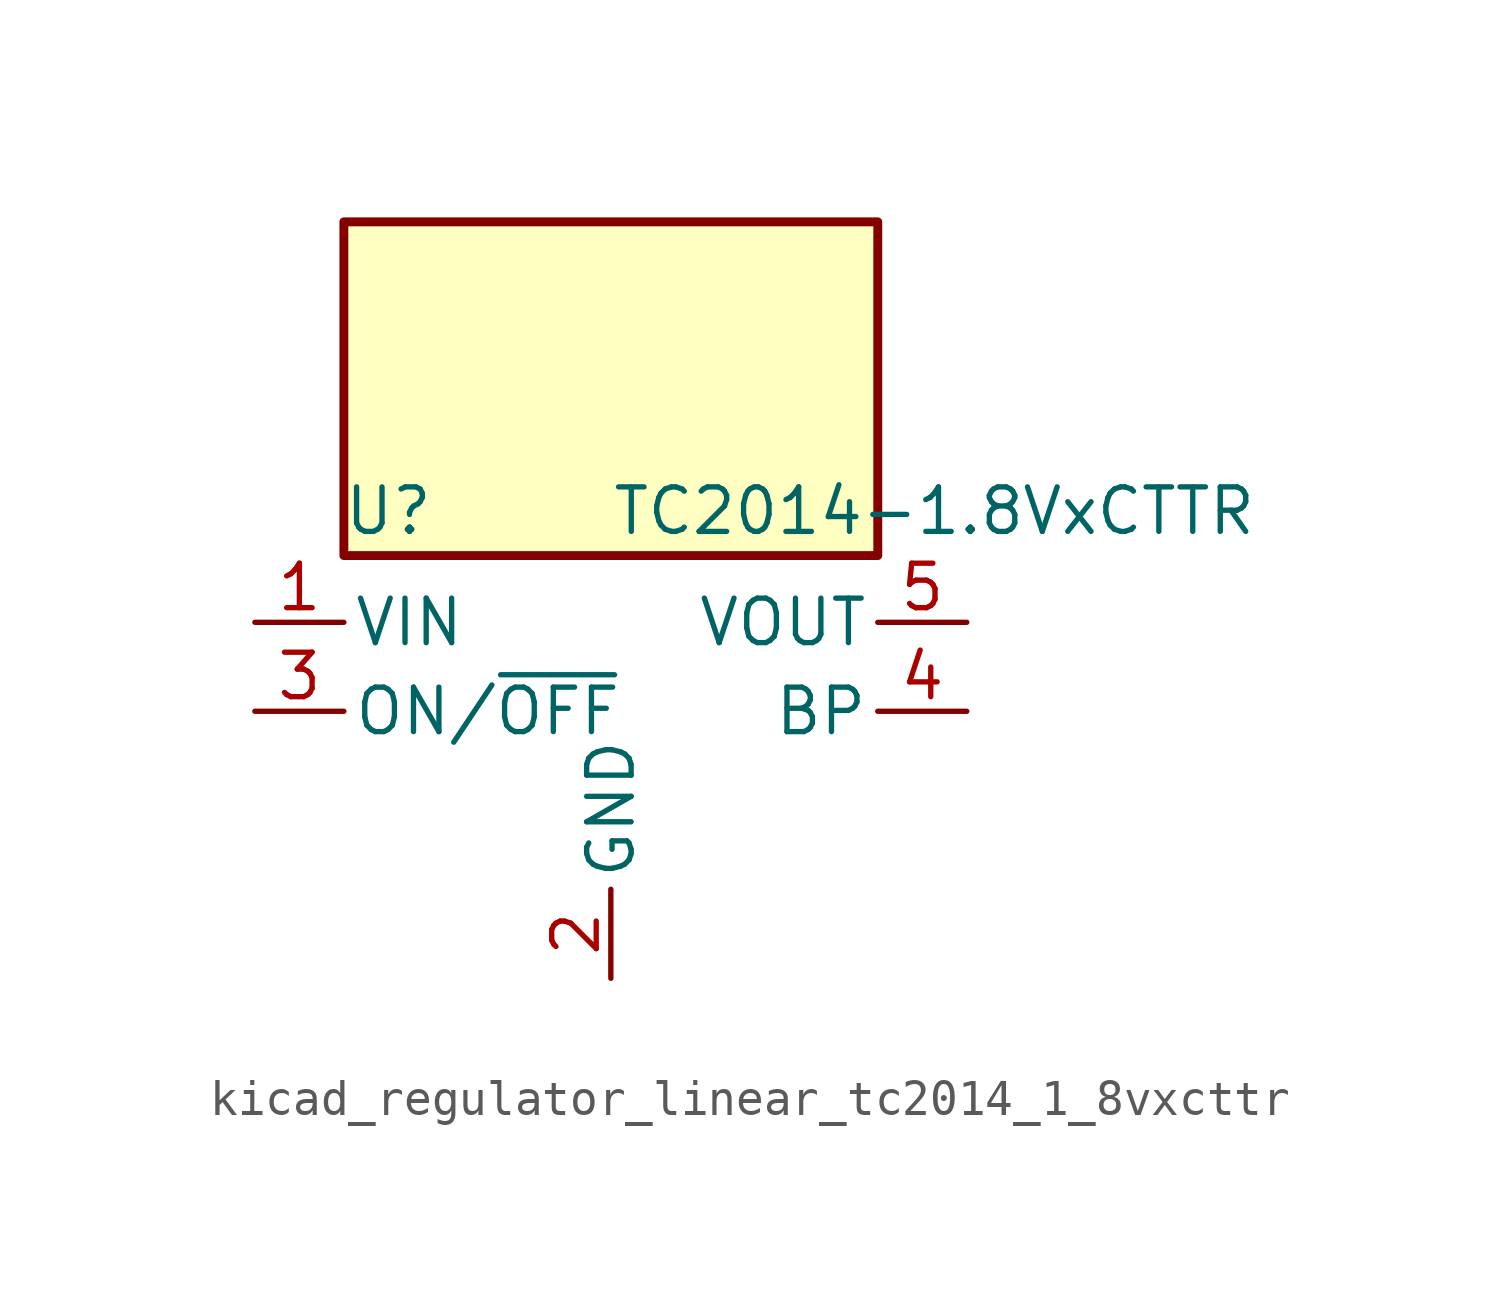
<source format=kicad_sym>
(kicad_symbol_lib
  (version 20220914)
  (generator kicad_symbol_editor)
  (symbol "kicad_regulator_linear_tc2014_1_8vxcttr"
    (pin_names
      (offset 0.254))
    (property "Reference" "U"
      (at -6.35 5.715 0)
      (effects (font (size 1.27 1.27))))
    (property "Value" "TC2014-1.8VxCTTR"
      (at 0 5.715 0)
      (effects (font (size 1.27 1.27)) (justify left)))
    (symbol "kicad_regulator_linear_tc2014_1_8vxcttr_0_1"
      (rectangle (start 7.62 13.97) (end -7.62 4.445) (stroke (width 0.254) (type default)) (fill (type background))))
    (symbol "kicad_regulator_linear_tc2014_1_8vxcttr_1_1"
      (pin power_in line (at -10.16 2.54 0) (length 2.54) (name "VIN" (effects (font (size 1.27 1.27)))) (number "1" (effects (font (size 1.27 1.27)))))
      (pin power_in line (at 0 -7.62 90) (length 2.54) (name "GND" (effects (font (size 1.27 1.27)))) (number "2" (effects (font (size 1.27 1.27)))))
      (pin input line (at -10.16 0 0) (length 2.54) (name "ON/~{OFF}" (effects (font (size 1.27 1.27)))) (number "3" (effects (font (size 1.27 1.27)))))
      (pin input line (at 10.16 0 180) (length 2.54) (name "BP" (effects (font (size 1.27 1.27)))) (number "4" (effects (font (size 1.27 1.27)))))
      (pin power_out line (at 10.16 2.54 180) (length 2.54) (name "VOUT" (effects (font (size 1.27 1.27)))) (number "5" (effects (font (size 1.27 1.27))))))))
</source>
